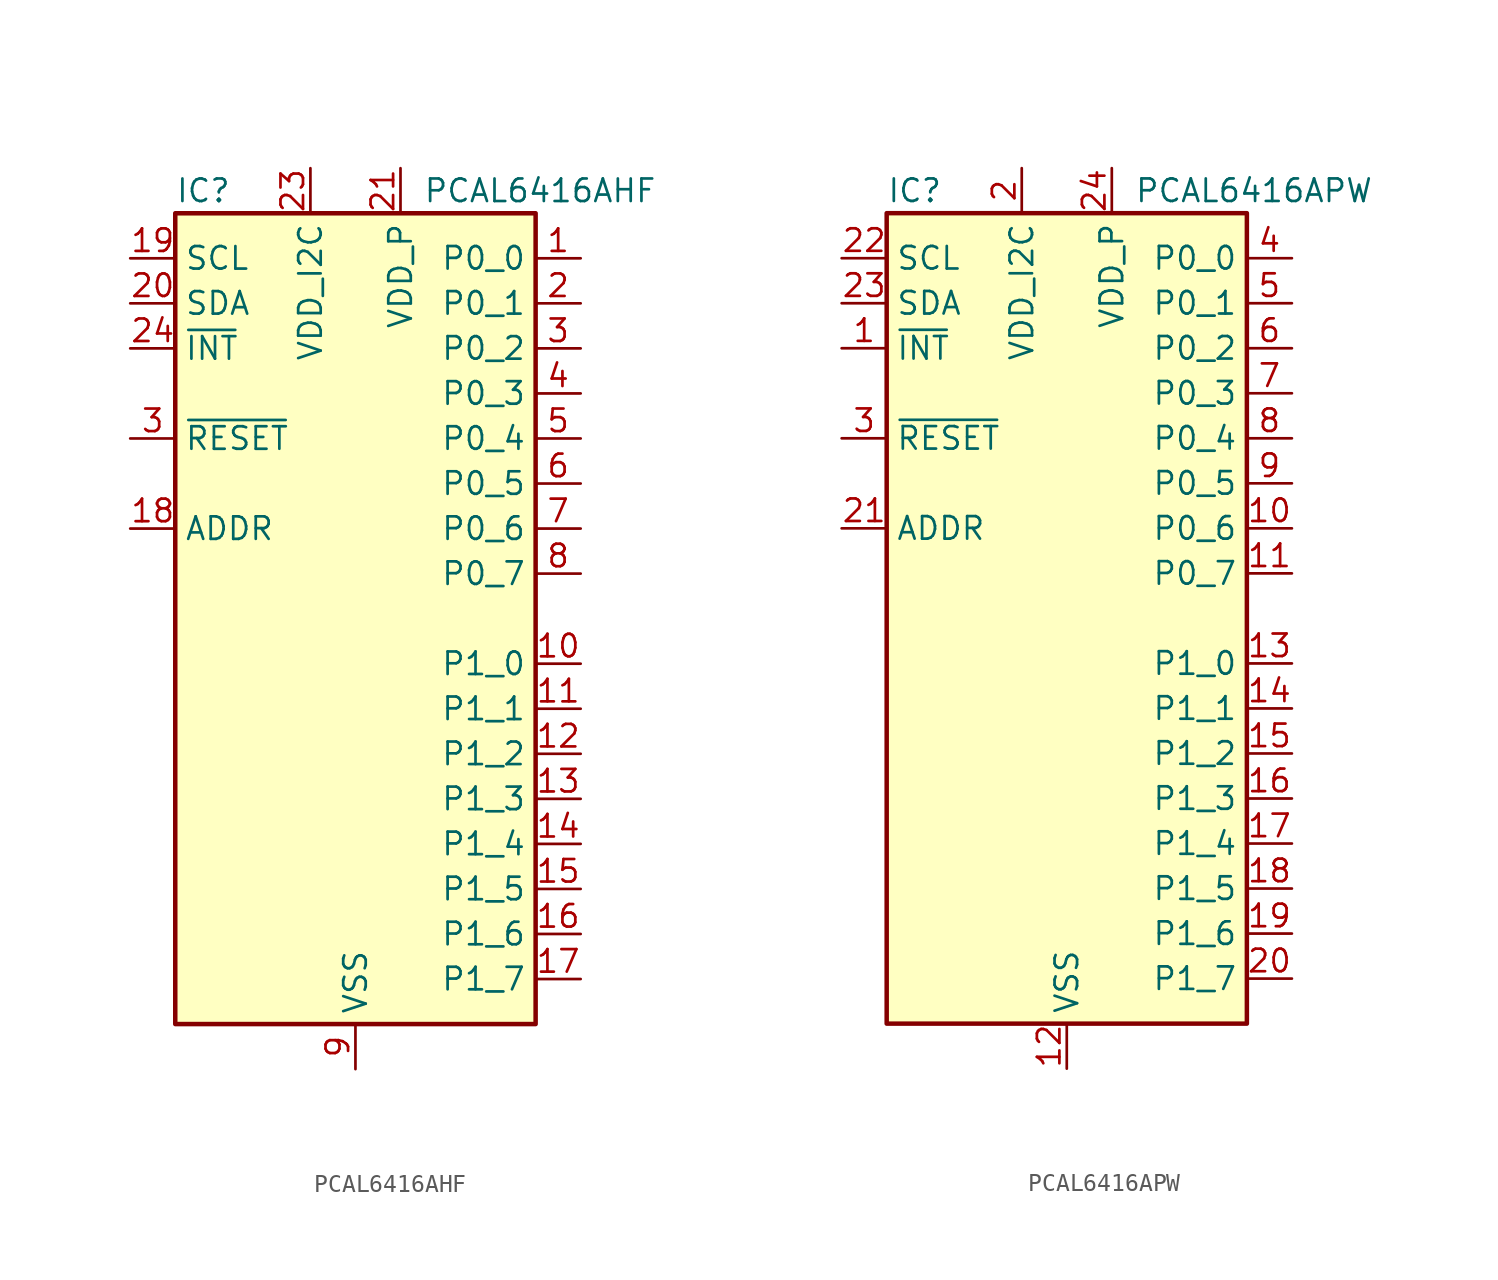
<source format=kicad_sym>
(kicad_symbol_lib
  (version 20220914)
  (generator kicad_symbol_editor)
  (symbol "PCAL6416AHF"
    (property "Reference" "IC"
      (at -10.16 24.13 0)
      (effects (font (size 1.27 1.27)) (justify left)))
    (property "Value" "PCAL6416AHF"
      (at 3.81 24.13 0)
      (effects (font (size 1.27 1.27)) (justify left)))
    (symbol "PCAL6416AHF_0_1"
      (rectangle (start -10.16 22.86) (end 10.16 -22.86) (stroke (width 0.254) (type default)) (fill (type background))))
    (symbol "PCAL6416AHF_1_1"
      (pin bidirectional line (at 12.7 20.32 180) (length 2.54) (name "P0_0" (effects (font (size 1.27 1.27)))) (number "1" (effects (font (size 1.27 1.27)))))
      (pin bidirectional line (at 12.7 -2.54 180) (length 2.54) (name "P1_0" (effects (font (size 1.27 1.27)))) (number "10" (effects (font (size 1.27 1.27)))))
      (pin bidirectional line (at 12.7 -5.08 180) (length 2.54) (name "P1_1" (effects (font (size 1.27 1.27)))) (number "11" (effects (font (size 1.27 1.27)))))
      (pin bidirectional line (at 12.7 -7.62 180) (length 2.54) (name "P1_2" (effects (font (size 1.27 1.27)))) (number "12" (effects (font (size 1.27 1.27)))))
      (pin bidirectional line (at 12.7 -10.16 180) (length 2.54) (name "P1_3" (effects (font (size 1.27 1.27)))) (number "13" (effects (font (size 1.27 1.27)))))
      (pin bidirectional line (at 12.7 -12.7 180) (length 2.54) (name "P1_4" (effects (font (size 1.27 1.27)))) (number "14" (effects (font (size 1.27 1.27)))))
      (pin bidirectional line (at 12.7 -15.24 180) (length 2.54) (name "P1_5" (effects (font (size 1.27 1.27)))) (number "15" (effects (font (size 1.27 1.27)))))
      (pin bidirectional line (at 12.7 -17.78 180) (length 2.54) (name "P1_6" (effects (font (size 1.27 1.27)))) (number "16" (effects (font (size 1.27 1.27)))))
      (pin bidirectional line (at 12.7 -20.32 180) (length 2.54) (name "P1_7" (effects (font (size 1.27 1.27)))) (number "17" (effects (font (size 1.27 1.27)))))
      (pin input line (at -12.7 5.08 0) (length 2.54) (name "ADDR" (effects (font (size 1.27 1.27)))) (number "18" (effects (font (size 1.27 1.27)))))
      (pin input line (at -12.7 20.32 0) (length 2.54) (name "SCL" (effects (font (size 1.27 1.27)))) (number "19" (effects (font (size 1.27 1.27)))))
      (pin bidirectional line (at 12.7 17.78 180) (length 2.54) (name "P0_1" (effects (font (size 1.27 1.27)))) (number "2" (effects (font (size 1.27 1.27)))))
      (pin bidirectional line (at -12.7 17.78 0) (length 2.54) (name "SDA" (effects (font (size 1.27 1.27)))) (number "20" (effects (font (size 1.27 1.27)))))
      (pin power_in line (at 2.54 25.4 270) (length 2.54) (name "VDD_P" (effects (font (size 1.27 1.27)))) (number "21" (effects (font (size 1.27 1.27)))))
      (pin power_in line (at -2.54 25.4 270) (length 2.54) (name "VDD_I2C" (effects (font (size 1.27 1.27)))) (number "23" (effects (font (size 1.27 1.27)))))
      (pin open_collector line (at -12.7 15.24 0) (length 2.54) (name "~{INT}" (effects (font (size 1.27 1.27)))) (number "24" (effects (font (size 1.27 1.27)))))
      (pin bidirectional line (at 12.7 15.24 180) (length 2.54) (name "P0_2" (effects (font (size 1.27 1.27)))) (number "3" (effects (font (size 1.27 1.27)))))
      (pin input line (at -12.7 10.16 0) (length 2.54) (name "~{RESET}" (effects (font (size 1.27 1.27)))) (number "3" (effects (font (size 1.27 1.27)))))
      (pin bidirectional line (at 12.7 12.7 180) (length 2.54) (name "P0_3" (effects (font (size 1.27 1.27)))) (number "4" (effects (font (size 1.27 1.27)))))
      (pin bidirectional line (at 12.7 10.16 180) (length 2.54) (name "P0_4" (effects (font (size 1.27 1.27)))) (number "5" (effects (font (size 1.27 1.27)))))
      (pin bidirectional line (at 12.7 7.62 180) (length 2.54) (name "P0_5" (effects (font (size 1.27 1.27)))) (number "6" (effects (font (size 1.27 1.27)))))
      (pin bidirectional line (at 12.7 5.08 180) (length 2.54) (name "P0_6" (effects (font (size 1.27 1.27)))) (number "7" (effects (font (size 1.27 1.27)))))
      (pin bidirectional line (at 12.7 2.54 180) (length 2.54) (name "P0_7" (effects (font (size 1.27 1.27)))) (number "8" (effects (font (size 1.27 1.27)))))
      (pin power_in line (at 0 -25.4 90) (length 2.54) (name "VSS" (effects (font (size 1.27 1.27)))) (number "9" (effects (font (size 1.27 1.27)))))))
  (symbol "PCAL6416APW"
    (property "Reference" "IC"
      (at -10.16 24.13 0)
      (effects (font (size 1.27 1.27)) (justify left)))
    (property "Value" "PCAL6416APW"
      (at 3.81 24.13 0)
      (effects (font (size 1.27 1.27)) (justify left)))
    (symbol "PCAL6416APW_0_1"
      (rectangle (start -10.16 22.86) (end 10.16 -22.86) (stroke (width 0.254) (type default)) (fill (type background))))
    (symbol "PCAL6416APW_1_1"
      (pin open_collector line (at -12.7 15.24 0) (length 2.54) (name "~{INT}" (effects (font (size 1.27 1.27)))) (number "1" (effects (font (size 1.27 1.27)))))
      (pin bidirectional line (at 12.7 5.08 180) (length 2.54) (name "P0_6" (effects (font (size 1.27 1.27)))) (number "10" (effects (font (size 1.27 1.27)))))
      (pin bidirectional line (at 12.7 2.54 180) (length 2.54) (name "P0_7" (effects (font (size 1.27 1.27)))) (number "11" (effects (font (size 1.27 1.27)))))
      (pin power_in line (at 0 -25.4 90) (length 2.54) (name "VSS" (effects (font (size 1.27 1.27)))) (number "12" (effects (font (size 1.27 1.27)))))
      (pin bidirectional line (at 12.7 -2.54 180) (length 2.54) (name "P1_0" (effects (font (size 1.27 1.27)))) (number "13" (effects (font (size 1.27 1.27)))))
      (pin bidirectional line (at 12.7 -5.08 180) (length 2.54) (name "P1_1" (effects (font (size 1.27 1.27)))) (number "14" (effects (font (size 1.27 1.27)))))
      (pin bidirectional line (at 12.7 -7.62 180) (length 2.54) (name "P1_2" (effects (font (size 1.27 1.27)))) (number "15" (effects (font (size 1.27 1.27)))))
      (pin bidirectional line (at 12.7 -10.16 180) (length 2.54) (name "P1_3" (effects (font (size 1.27 1.27)))) (number "16" (effects (font (size 1.27 1.27)))))
      (pin bidirectional line (at 12.7 -12.7 180) (length 2.54) (name "P1_4" (effects (font (size 1.27 1.27)))) (number "17" (effects (font (size 1.27 1.27)))))
      (pin bidirectional line (at 12.7 -15.24 180) (length 2.54) (name "P1_5" (effects (font (size 1.27 1.27)))) (number "18" (effects (font (size 1.27 1.27)))))
      (pin bidirectional line (at 12.7 -17.78 180) (length 2.54) (name "P1_6" (effects (font (size 1.27 1.27)))) (number "19" (effects (font (size 1.27 1.27)))))
      (pin power_in line (at -2.54 25.4 270) (length 2.54) (name "VDD_I2C" (effects (font (size 1.27 1.27)))) (number "2" (effects (font (size 1.27 1.27)))))
      (pin bidirectional line (at 12.7 -20.32 180) (length 2.54) (name "P1_7" (effects (font (size 1.27 1.27)))) (number "20" (effects (font (size 1.27 1.27)))))
      (pin input line (at -12.7 5.08 0) (length 2.54) (name "ADDR" (effects (font (size 1.27 1.27)))) (number "21" (effects (font (size 1.27 1.27)))))
      (pin input line (at -12.7 20.32 0) (length 2.54) (name "SCL" (effects (font (size 1.27 1.27)))) (number "22" (effects (font (size 1.27 1.27)))))
      (pin bidirectional line (at -12.7 17.78 0) (length 2.54) (name "SDA" (effects (font (size 1.27 1.27)))) (number "23" (effects (font (size 1.27 1.27)))))
      (pin power_in line (at 2.54 25.4 270) (length 2.54) (name "VDD_P" (effects (font (size 1.27 1.27)))) (number "24" (effects (font (size 1.27 1.27)))))
      (pin input line (at -12.7 10.16 0) (length 2.54) (name "~{RESET}" (effects (font (size 1.27 1.27)))) (number "3" (effects (font (size 1.27 1.27)))))
      (pin bidirectional line (at 12.7 20.32 180) (length 2.54) (name "P0_0" (effects (font (size 1.27 1.27)))) (number "4" (effects (font (size 1.27 1.27)))))
      (pin bidirectional line (at 12.7 17.78 180) (length 2.54) (name "P0_1" (effects (font (size 1.27 1.27)))) (number "5" (effects (font (size 1.27 1.27)))))
      (pin bidirectional line (at 12.7 15.24 180) (length 2.54) (name "P0_2" (effects (font (size 1.27 1.27)))) (number "6" (effects (font (size 1.27 1.27)))))
      (pin bidirectional line (at 12.7 12.7 180) (length 2.54) (name "P0_3" (effects (font (size 1.27 1.27)))) (number "7" (effects (font (size 1.27 1.27)))))
      (pin bidirectional line (at 12.7 10.16 180) (length 2.54) (name "P0_4" (effects (font (size 1.27 1.27)))) (number "8" (effects (font (size 1.27 1.27)))))
      (pin bidirectional line (at 12.7 7.62 180) (length 2.54) (name "P0_5" (effects (font (size 1.27 1.27)))) (number "9" (effects (font (size 1.27 1.27))))))))
</source>
